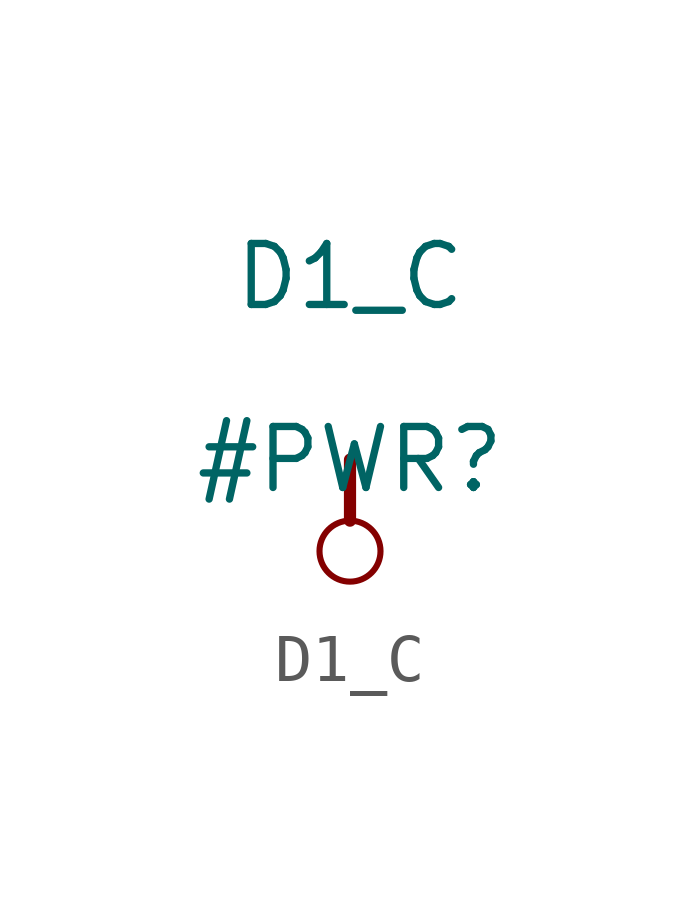
<source format=kicad_sym>
(kicad_symbol_lib
  (version 20211014)
  (generator kicad_symbol_editor)
  (symbol "D1_C"
    (power)
    (property "Reference" "#PWR"
      (at 0 0 0)
      (effects (font (size 1.27 1.27))))
    (property "Value" "D1_C"
      (at 0 3.81 0)
      (effects (font (size 1.27 1.27))))
    (symbol "D1_C_0_0"
      (circle (center 0 -1.905) (radius 0.635) (stroke (width 0.127) (type default) (color 0 0 0 0)) (fill (type none)))
      (polyline (pts (xy 0 0) (xy 0 -1.27)) (stroke (width 0.254) (type default) (color 0 0 0 0)) (fill (type none)))
      (pin power_in line (at 0 0 0) (length 0) hide (name "D1_C" (effects (font (size 1.27 1.27)))) (number "" (effects (font (size 1.27 1.27))))))))
</source>
